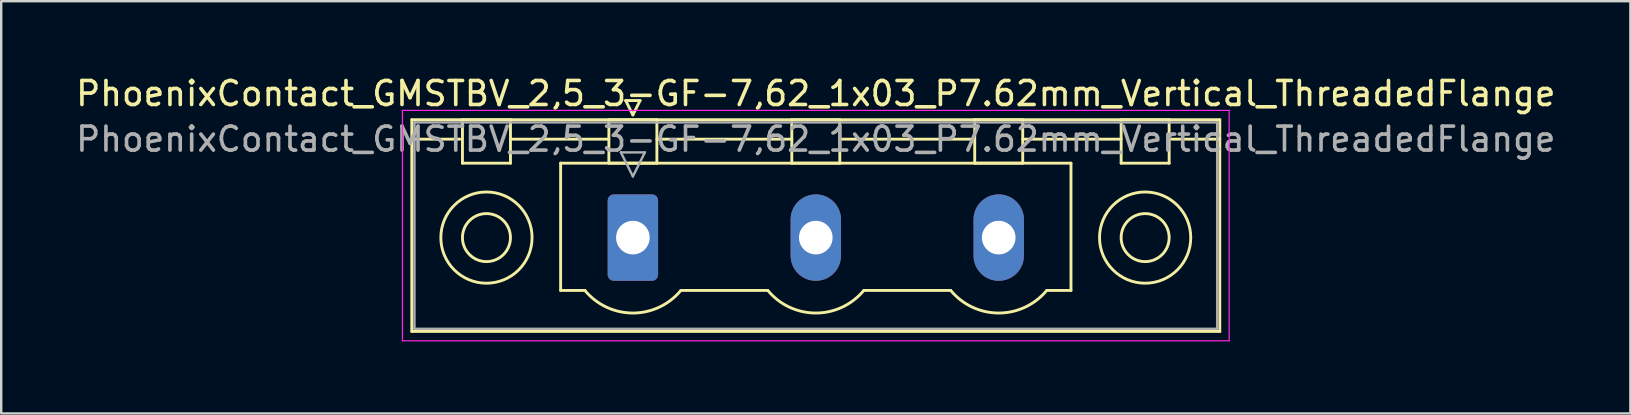
<source format=kicad_pcb>
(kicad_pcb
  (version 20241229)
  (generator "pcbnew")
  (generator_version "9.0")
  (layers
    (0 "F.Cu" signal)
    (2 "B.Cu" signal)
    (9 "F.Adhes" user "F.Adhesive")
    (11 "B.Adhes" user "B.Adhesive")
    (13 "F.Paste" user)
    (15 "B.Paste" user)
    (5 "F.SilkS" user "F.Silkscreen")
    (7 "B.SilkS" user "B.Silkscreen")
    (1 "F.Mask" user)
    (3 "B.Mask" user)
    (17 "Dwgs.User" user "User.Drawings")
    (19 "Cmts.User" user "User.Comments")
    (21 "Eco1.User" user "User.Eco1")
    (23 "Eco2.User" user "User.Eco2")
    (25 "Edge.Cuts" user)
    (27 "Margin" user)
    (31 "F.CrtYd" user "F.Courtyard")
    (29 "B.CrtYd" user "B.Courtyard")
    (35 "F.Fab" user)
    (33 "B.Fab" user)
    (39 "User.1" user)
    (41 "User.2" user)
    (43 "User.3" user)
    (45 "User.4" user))
  (footprint "PhoenixContact_GMSTBV_2,5_3-GF-7,62_1x03_P7.62mm_Vertical_ThreadedFlange"
    (layer "F.Cu")
    (at 23.315 6.848)
    (property "Reference" "PhoenixContact_GMSTBV_2,5_3-GF-7,62_1x03_P7.62mm_Vertical_ThreadedFlange" (at 7.62 -6 0) (layer "F.SilkS") (effects (font (size 1 1) (thickness 0.15))))
    (attr through_hole)
    (fp_line (start -9.21 -4.91) (end -9.21 3.91) (stroke (width 0.12) (type solid)) (layer "F.SilkS"))
    (fp_line (start -9.21 -4.1) (end -7.21 -4.1) (stroke (width 0.12) (type solid)) (layer "F.SilkS"))
    (fp_line (start -9.21 3.91) (end 24.45 3.91) (stroke (width 0.12) (type solid)) (layer "F.SilkS"))
    (fp_line (start -7.1 -4.91) (end -5.1 -4.91) (stroke (width 0.12) (type solid)) (layer "F.SilkS"))
    (fp_line (start -7.1 -3.1) (end -7.1 -4.91) (stroke (width 0.12) (type solid)) (layer "F.SilkS"))
    (fp_line (start -5.1 -4.91) (end -5.1 -3.1) (stroke (width 0.12) (type solid)) (layer "F.SilkS"))
    (fp_line (start -5.1 -4.1) (end -1 -4.1) (stroke (width 0.12) (type solid)) (layer "F.SilkS"))
    (fp_line (start -5.1 -3.1) (end -7.1 -3.1) (stroke (width 0.12) (type solid)) (layer "F.SilkS"))
    (fp_line (start -3.01 -3.1) (end 18.25 -3.1) (stroke (width 0.12) (type solid)) (layer "F.SilkS"))
    (fp_line (start -3.01 2.2) (end -3.01 -3.1) (stroke (width 0.12) (type solid)) (layer "F.SilkS"))
    (fp_line (start -2 2.2) (end -3.01 2.2) (stroke (width 0.12) (type solid)) (layer "F.SilkS"))
    (fp_line (start -1 -4.91) (end 1 -4.91) (stroke (width 0.12) (type solid)) (layer "F.SilkS"))
    (fp_line (start -1 -3.1) (end -1 -4.91) (stroke (width 0.12) (type solid)) (layer "F.SilkS"))
    (fp_line (start -0.3 -5.71) (end 0.3 -5.71) (stroke (width 0.12) (type solid)) (layer "F.SilkS"))
    (fp_line (start 0 -5.11) (end -0.3 -5.71) (stroke (width 0.12) (type solid)) (layer "F.SilkS"))
    (fp_line (start 0.3 -5.71) (end 0 -5.11) (stroke (width 0.12) (type solid)) (layer "F.SilkS"))
    (fp_line (start 1 -4.91) (end 1 -3.1) (stroke (width 0.12) (type solid)) (layer "F.SilkS"))
    (fp_line (start 1 -4.1) (end 6.62 -4.1) (stroke (width 0.12) (type solid)) (layer "F.SilkS"))
    (fp_line (start 1 -3.1) (end -1 -3.1) (stroke (width 0.12) (type solid)) (layer "F.SilkS"))
    (fp_line (start 2 2.2) (end 5.62 2.2) (stroke (width 0.12) (type solid)) (layer "F.SilkS"))
    (fp_line (start 6.62 -4.91) (end 8.62 -4.91) (stroke (width 0.12) (type solid)) (layer "F.SilkS"))
    (fp_line (start 6.62 -3.1) (end 6.62 -4.91) (stroke (width 0.12) (type solid)) (layer "F.SilkS"))
    (fp_line (start 8.62 -4.91) (end 8.62 -3.1) (stroke (width 0.12) (type solid)) (layer "F.SilkS"))
    (fp_line (start 8.62 -4.1) (end 14.24 -4.1) (stroke (width 0.12) (type solid)) (layer "F.SilkS"))
    (fp_line (start 8.62 -3.1) (end 6.62 -3.1) (stroke (width 0.12) (type solid)) (layer "F.SilkS"))
    (fp_line (start 9.62 2.2) (end 13.24 2.2) (stroke (width 0.12) (type solid)) (layer "F.SilkS"))
    (fp_line (start 14.24 -4.91) (end 16.24 -4.91) (stroke (width 0.12) (type solid)) (layer "F.SilkS"))
    (fp_line (start 14.24 -3.1) (end 14.24 -4.91) (stroke (width 0.12) (type solid)) (layer "F.SilkS"))
    (fp_line (start 16.24 -4.91) (end 16.24 -3.1) (stroke (width 0.12) (type solid)) (layer "F.SilkS"))
    (fp_line (start 16.24 -4.1) (end 20.34 -4.1) (stroke (width 0.12) (type solid)) (layer "F.SilkS"))
    (fp_line (start 16.24 -3.1) (end 14.24 -3.1) (stroke (width 0.12) (type solid)) (layer "F.SilkS"))
    (fp_line (start 18.25 -3.1) (end 18.25 2.2) (stroke (width 0.12) (type solid)) (layer "F.SilkS"))
    (fp_line (start 18.25 2.2) (end 17.24 2.2) (stroke (width 0.12) (type solid)) (layer "F.SilkS"))
    (fp_line (start 20.34 -4.91) (end 22.34 -4.91) (stroke (width 0.12) (type solid)) (layer "F.SilkS"))
    (fp_line (start 20.34 -3.1) (end 20.34 -4.91) (stroke (width 0.12) (type solid)) (layer "F.SilkS"))
    (fp_line (start 22.34 -4.91) (end 22.34 -3.1) (stroke (width 0.12) (type solid)) (layer "F.SilkS"))
    (fp_line (start 22.34 -3.1) (end 20.34 -3.1) (stroke (width 0.12) (type solid)) (layer "F.SilkS"))
    (fp_line (start 24.45 -4.91) (end -9.21 -4.91) (stroke (width 0.12) (type solid)) (layer "F.SilkS"))
    (fp_line (start 24.45 -4.1) (end 22.45 -4.1) (stroke (width 0.12) (type solid)) (layer "F.SilkS"))
    (fp_line (start 24.45 3.91) (end 24.45 -4.91) (stroke (width 0.12) (type solid)) (layer "F.SilkS"))
    (fp_arc (start 1.986842 2.215821) (mid -0.010289 3.142758) (end -2 2.2) (stroke (width 0.12) (type solid)) (layer "F.SilkS"))
    (fp_arc (start 9.606842 2.215821) (mid 7.609711 3.142758) (end 5.62 2.2) (stroke (width 0.12) (type solid)) (layer "F.SilkS"))
    (fp_arc (start 17.226842 2.215821) (mid 15.229711 3.142758) (end 13.24 2.2) (stroke (width 0.12) (type solid)) (layer "F.SilkS"))
    (fp_circle (center -6.1 0) (end -5.1 0) (stroke (width 0.12) (type solid)) (fill no) (layer "F.SilkS"))
    (fp_circle (center -6.1 0) (end -4.2 0) (stroke (width 0.12) (type solid)) (fill no) (layer "F.SilkS"))
    (fp_circle (center 21.34 0) (end 22.34 0) (stroke (width 0.12) (type solid)) (fill no) (layer "F.SilkS"))
    (fp_circle (center 21.34 0) (end 23.24 0) (stroke (width 0.12) (type solid)) (fill no) (layer "F.SilkS"))
    (fp_line (start -9.6 -5.3) (end -9.6 4.3) (stroke (width 0.05) (type solid)) (layer "F.CrtYd"))
    (fp_line (start -9.6 4.3) (end 24.84 4.3) (stroke (width 0.05) (type solid)) (layer "F.CrtYd"))
    (fp_line (start 24.84 -5.3) (end -9.6 -5.3) (stroke (width 0.05) (type solid)) (layer "F.CrtYd"))
    (fp_line (start 24.84 4.3) (end 24.84 -5.3) (stroke (width 0.05) (type solid)) (layer "F.CrtYd"))
    (fp_line (start -9.1 -4.8) (end -9.1 3.8) (stroke (width 0.1) (type solid)) (layer "F.Fab"))
    (fp_line (start -9.1 3.8) (end 24.34 3.8) (stroke (width 0.1) (type solid)) (layer "F.Fab"))
    (fp_line (start -0.5 -3.55) (end 0.5 -3.55) (stroke (width 0.1) (type solid)) (layer "F.Fab"))
    (fp_line (start 0 -2.55) (end -0.5 -3.55) (stroke (width 0.1) (type solid)) (layer "F.Fab"))
    (fp_line (start 0.5 -3.55) (end 0 -2.55) (stroke (width 0.1) (type solid)) (layer "F.Fab"))
    (fp_line (start 24.34 -4.8) (end -9.1 -4.8) (stroke (width 0.1) (type solid)) (layer "F.Fab"))
    (fp_line (start 24.34 3.8) (end 24.34 -4.8) (stroke (width 0.1) (type solid)) (layer "F.Fab"))
    (fp_text user "${REFERENCE}" (at 7.62 -4.1 0) (layer "F.Fab") (effects (font (size 1 1) (thickness 0.15))))
    (pad "1" thru_hole roundrect (at 0 0) (size 2.1 3.6) (drill 1.4) (layers "*.Cu" "*.Mask") (roundrect_rratio 0.119))
    (pad "2" thru_hole oval (at 7.62 0) (size 2.1 3.6) (drill 1.4) (layers "*.Cu" "*.Mask"))
    (pad "3" thru_hole oval (at 15.24 0) (size 2.1 3.6) (drill 1.4) (layers "*.Cu" "*.Mask")))
  (gr_rect
    (start -3 -3)
    (end 64.869 14.173)
    (stroke (width 0.1) (type default))
    (fill no)
    (layer "Edge.Cuts")))
</source>
